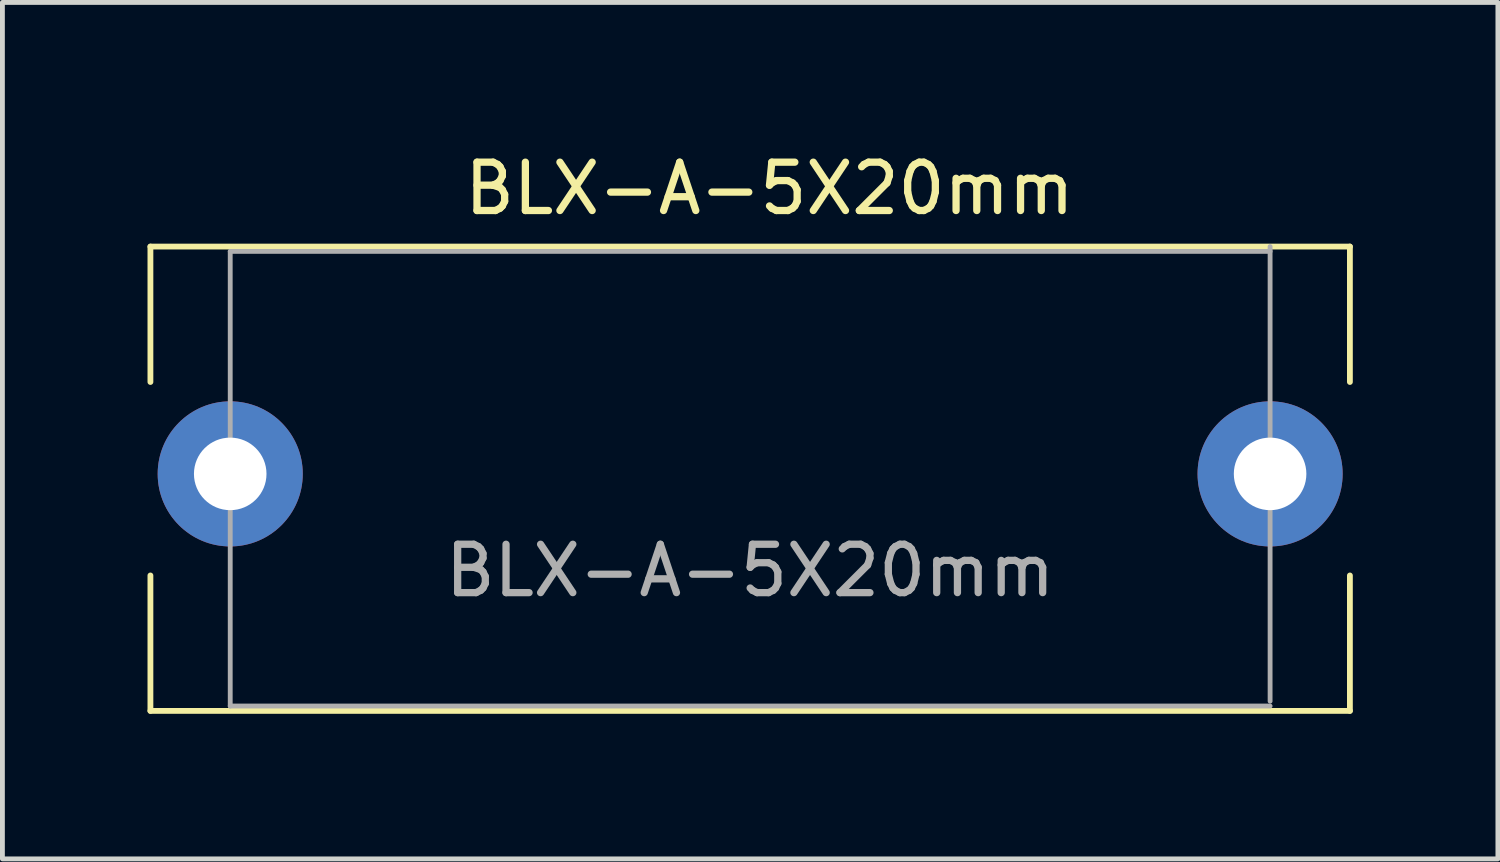
<source format=kicad_pcb>
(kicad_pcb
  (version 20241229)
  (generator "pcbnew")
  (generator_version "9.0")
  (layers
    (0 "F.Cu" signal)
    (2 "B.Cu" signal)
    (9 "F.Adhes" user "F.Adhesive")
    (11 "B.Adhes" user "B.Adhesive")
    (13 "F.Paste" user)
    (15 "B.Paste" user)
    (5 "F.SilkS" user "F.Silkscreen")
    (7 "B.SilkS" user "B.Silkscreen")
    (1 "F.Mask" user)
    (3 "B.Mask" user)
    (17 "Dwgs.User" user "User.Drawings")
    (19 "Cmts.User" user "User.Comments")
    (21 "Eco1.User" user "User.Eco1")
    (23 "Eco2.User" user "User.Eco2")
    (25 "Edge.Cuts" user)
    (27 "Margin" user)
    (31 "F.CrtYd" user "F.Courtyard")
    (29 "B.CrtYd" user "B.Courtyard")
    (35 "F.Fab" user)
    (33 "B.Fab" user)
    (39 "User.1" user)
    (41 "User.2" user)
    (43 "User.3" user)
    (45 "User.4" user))
  (footprint "BLX-A-5X20mm"
    (layer "F.Cu")
    (at 12.46 6.748)
    (property "Reference" "BLX-A-5X20mm" (at 0.4 -5.9 0) (layer "F.SilkS") (effects (font (size 1 1) (thickness 0.15))))
    (attr through_hole)
    (fp_line (start -12.4 -4.7) (end 12.4 -4.7) (stroke (width 0.12) (type solid)) (layer "F.SilkS"))
    (fp_line (start -12.4 -1.9) (end -12.4 -4.7) (stroke (width 0.12) (type solid)) (layer "F.SilkS"))
    (fp_line (start -12.4 4.9) (end -12.4 2.1) (stroke (width 0.12) (type solid)) (layer "F.SilkS"))
    (fp_line (start -12.4 4.9) (end 12.4 4.9) (stroke (width 0.12) (type solid)) (layer "F.SilkS"))
    (fp_line (start 12.4 -1.9) (end 12.4 -4.7) (stroke (width 0.12) (type solid)) (layer "F.SilkS"))
    (fp_line (start 12.4 4.9) (end 12.4 2.1) (stroke (width 0.12) (type solid)) (layer "F.SilkS"))
    (fp_line (start -10.75 -4.6) (end -10.75 4.8) (stroke (width 0.1) (type solid)) (layer "F.Fab"))
    (fp_line (start -10.75 4.8) (end 10.75 4.8) (stroke (width 0.1) (type solid)) (layer "F.Fab"))
    (fp_line (start 10.75 -4.6) (end -10.75 -4.6) (stroke (width 0.1) (type solid)) (layer "F.Fab"))
    (fp_line (start 10.75 4.7) (end 10.75 -4.7) (stroke (width 0.1) (type solid)) (layer "F.Fab"))
    (fp_text user "${REFERENCE}" (at 0 2 0) (layer "F.Fab") (effects (font (size 1 1) (thickness 0.15))))
    (pad "1" thru_hole circle (at -10.75 0) (size 3 3) (drill 1.5) (layers "*.Cu" "*.Mask"))
    (pad "2" thru_hole circle (at 10.75 0) (size 3 3) (drill 1.5) (layers "*.Cu" "*.Mask")))
  (gr_rect
    (start -3 -3)
    (end 27.92 14.708)
    (stroke (width 0.1) (type default))
    (fill no)
    (layer "Edge.Cuts")))
</source>
